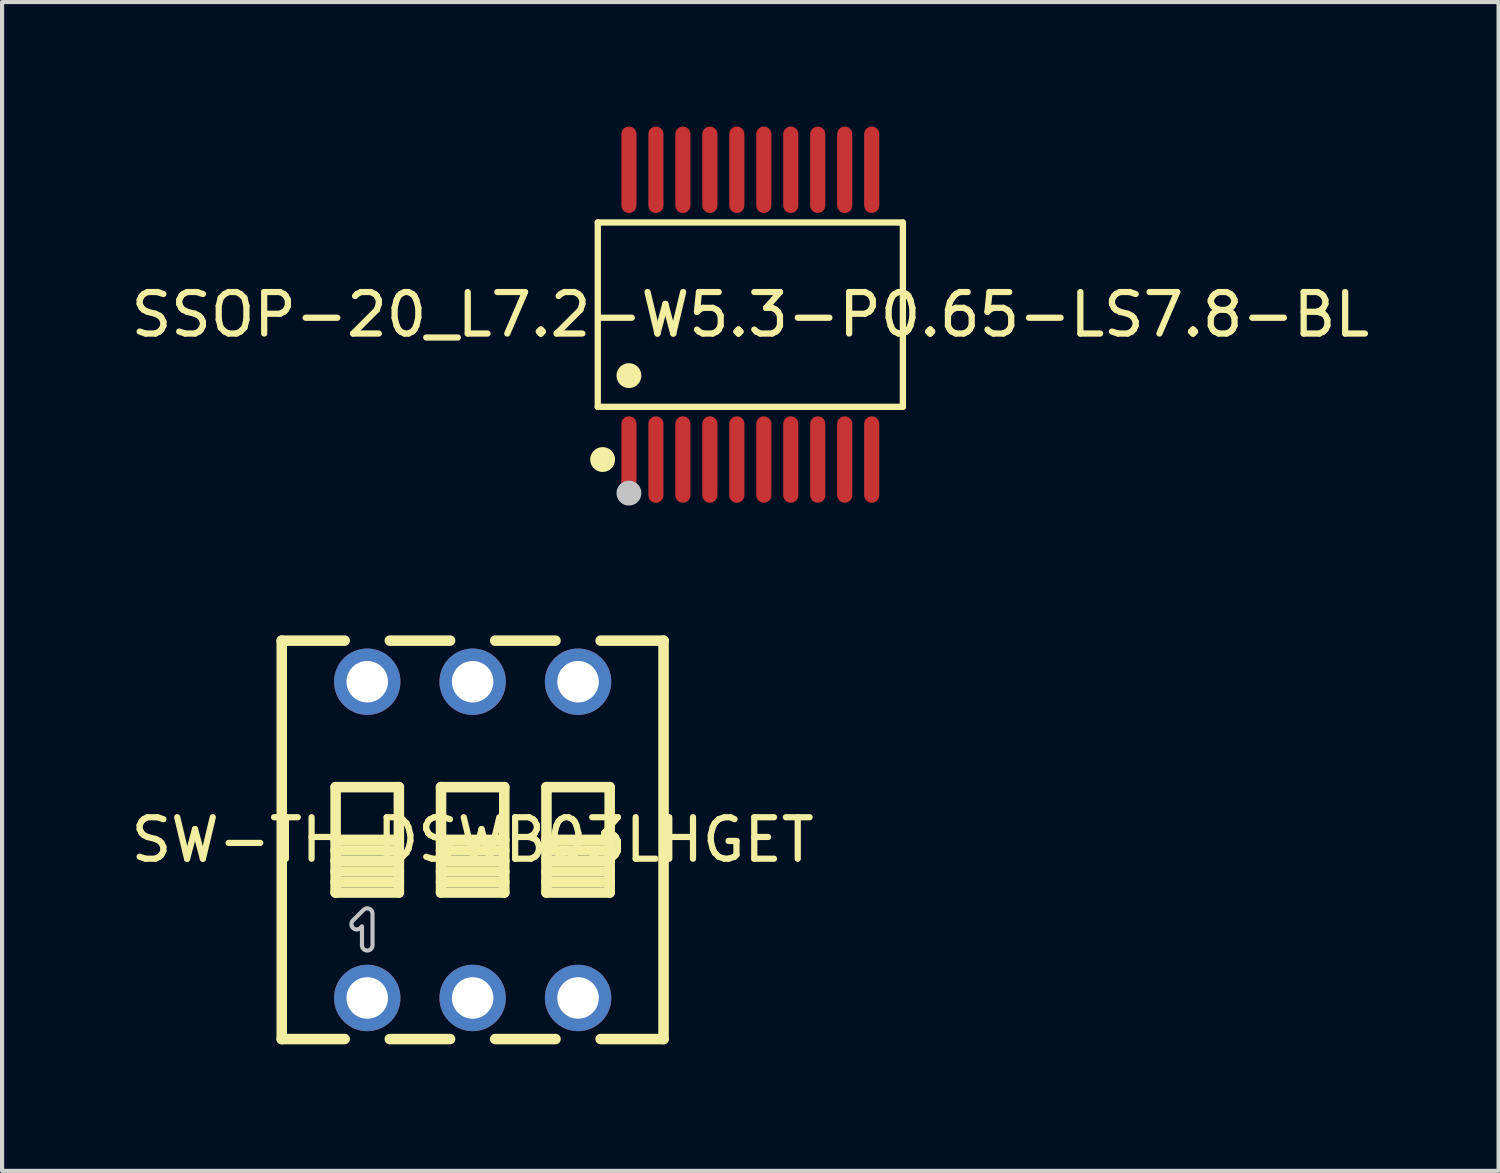
<source format=kicad_pcb>
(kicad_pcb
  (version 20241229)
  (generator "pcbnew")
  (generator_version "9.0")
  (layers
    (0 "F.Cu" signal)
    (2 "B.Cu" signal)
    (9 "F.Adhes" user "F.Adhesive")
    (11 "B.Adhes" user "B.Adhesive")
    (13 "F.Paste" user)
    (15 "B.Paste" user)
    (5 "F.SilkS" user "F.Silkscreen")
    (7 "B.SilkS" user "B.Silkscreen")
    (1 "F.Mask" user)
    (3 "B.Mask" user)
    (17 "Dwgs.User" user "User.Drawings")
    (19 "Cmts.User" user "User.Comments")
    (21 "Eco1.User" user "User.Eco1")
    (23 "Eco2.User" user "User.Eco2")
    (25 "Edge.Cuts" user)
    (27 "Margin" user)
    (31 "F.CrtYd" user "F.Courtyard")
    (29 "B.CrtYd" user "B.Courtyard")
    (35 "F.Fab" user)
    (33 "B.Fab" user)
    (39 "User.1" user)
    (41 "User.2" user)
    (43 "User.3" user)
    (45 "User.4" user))
  (footprint "SW-TH_DSWB03LHGET"
    (layer "F.Cu")
    (at 8.339 17.187)
    (property "Reference" "SW-TH_DSWB03LHGET" (at 0 0 0) (layer "F.SilkS") (effects (font (size 1 1) (thickness 0.15))))
    (fp_line (start -4.6 -4.8) (end -3.084 -4.8) (stroke (width 0.254) (type default)) (layer "F.SilkS"))
    (fp_line (start -4.6 4.8) (end -4.6 -4.8) (stroke (width 0.254) (type default)) (layer "F.SilkS"))
    (fp_line (start -4.6 4.8) (end -3.084 4.8) (stroke (width 0.254) (type default)) (layer "F.SilkS"))
    (fp_line (start -3.302 -1.27) (end -1.778 -1.27) (stroke (width 0.254) (type default)) (layer "F.SilkS"))
    (fp_line (start -3.302 0) (end -1.778 0) (stroke (width 0.254) (type default)) (layer "F.SilkS"))
    (fp_line (start -3.302 0.254) (end -1.778 0.254) (stroke (width 0.254) (type default)) (layer "F.SilkS"))
    (fp_line (start -3.302 0.508) (end -1.778 0.508) (stroke (width 0.254) (type default)) (layer "F.SilkS"))
    (fp_line (start -3.302 0.762) (end -1.778 0.762) (stroke (width 0.254) (type default)) (layer "F.SilkS"))
    (fp_line (start -3.302 1.016) (end -1.778 1.016) (stroke (width 0.254) (type default)) (layer "F.SilkS"))
    (fp_line (start -3.302 1.27) (end -3.302 -1.27) (stroke (width 0.254) (type default)) (layer "F.SilkS"))
    (fp_line (start -1.996 -4.8) (end -0.544 -4.8) (stroke (width 0.254) (type default)) (layer "F.SilkS"))
    (fp_line (start -1.996 4.8) (end -0.544 4.8) (stroke (width 0.254) (type default)) (layer "F.SilkS"))
    (fp_line (start -1.778 -1.27) (end -1.778 1.27) (stroke (width 0.254) (type default)) (layer "F.SilkS"))
    (fp_line (start -1.778 1.27) (end -3.302 1.27) (stroke (width 0.254) (type default)) (layer "F.SilkS"))
    (fp_line (start -0.762 -1.27) (end 0.762 -1.27) (stroke (width 0.254) (type default)) (layer "F.SilkS"))
    (fp_line (start -0.762 0) (end 0.762 0) (stroke (width 0.254) (type default)) (layer "F.SilkS"))
    (fp_line (start -0.762 0.254) (end 0.762 0.254) (stroke (width 0.254) (type default)) (layer "F.SilkS"))
    (fp_line (start -0.762 0.508) (end 0.762 0.508) (stroke (width 0.254) (type default)) (layer "F.SilkS"))
    (fp_line (start -0.762 0.762) (end 0.762 0.762) (stroke (width 0.254) (type default)) (layer "F.SilkS"))
    (fp_line (start -0.762 1.016) (end 0.762 1.016) (stroke (width 0.254) (type default)) (layer "F.SilkS"))
    (fp_line (start -0.762 1.27) (end -0.762 -1.27) (stroke (width 0.254) (type default)) (layer "F.SilkS"))
    (fp_line (start 0.544 -4.8) (end 1.996 -4.8) (stroke (width 0.254) (type default)) (layer "F.SilkS"))
    (fp_line (start 0.544 4.8) (end 1.996 4.8) (stroke (width 0.254) (type default)) (layer "F.SilkS"))
    (fp_line (start 0.762 -1.27) (end 0.762 1.27) (stroke (width 0.254) (type default)) (layer "F.SilkS"))
    (fp_line (start 0.762 1.27) (end -0.762 1.27) (stroke (width 0.254) (type default)) (layer "F.SilkS"))
    (fp_line (start 1.778 -1.27) (end 3.302 -1.27) (stroke (width 0.254) (type default)) (layer "F.SilkS"))
    (fp_line (start 1.778 0) (end 3.302 0) (stroke (width 0.254) (type default)) (layer "F.SilkS"))
    (fp_line (start 1.778 0.254) (end 3.302 0.254) (stroke (width 0.254) (type default)) (layer "F.SilkS"))
    (fp_line (start 1.778 0.508) (end 3.302 0.508) (stroke (width 0.254) (type default)) (layer "F.SilkS"))
    (fp_line (start 1.778 0.762) (end 3.302 0.762) (stroke (width 0.254) (type default)) (layer "F.SilkS"))
    (fp_line (start 1.778 1.016) (end 3.302 1.016) (stroke (width 0.254) (type default)) (layer "F.SilkS"))
    (fp_line (start 1.778 1.27) (end 1.778 -1.27) (stroke (width 0.254) (type default)) (layer "F.SilkS"))
    (fp_line (start 3.084 -4.8) (end 4.6 -4.8) (stroke (width 0.254) (type default)) (layer "F.SilkS"))
    (fp_line (start 3.084 4.8) (end 4.6 4.8) (stroke (width 0.254) (type default)) (layer "F.SilkS"))
    (fp_line (start 3.302 -1.27) (end 3.302 1.27) (stroke (width 0.254) (type default)) (layer "F.SilkS"))
    (fp_line (start 3.302 1.27) (end 1.778 1.27) (stroke (width 0.254) (type default)) (layer "F.SilkS"))
    (fp_line (start 4.6 -4.8) (end 4.6 4.8) (stroke (width 0.254) (type default)) (layer "F.SilkS"))
    (fp_poly (pts (arc (start -2.413 2.54) (mid -2.54 2.667) (end -2.667 2.54)) (xy -2.667 2.084) (arc (start -2.704 2.122) (mid -2.884 2.122) (end -2.884 1.942)) (arc (start -2.63 1.688) (mid -2.491292 1.660409) (end -2.413 1.778))) (stroke (width 0.1) (type default)) (fill no) (layer "Dwgs.User"))
    (fp_poly (pts (xy -2.82 -3.885) (xy -2.26 -3.885) (xy -2.26 -3.735) (xy -2.82 -3.735)) (stroke (width 0.1) (type default)) (fill no) (layer "User.1"))
    (fp_poly (pts (xy -2.82 3.735) (xy -2.26 3.735) (xy -2.26 3.885) (xy -2.82 3.885)) (stroke (width 0.1) (type default)) (fill no) (layer "User.1"))
    (fp_poly (pts (xy -0.28 -3.885) (xy 0.28 -3.885) (xy 0.28 -3.735) (xy -0.28 -3.735)) (stroke (width 0.1) (type default)) (fill no) (layer "User.1"))
    (fp_poly (pts (xy -0.28 3.735) (xy 0.28 3.735) (xy 0.28 3.885) (xy -0.28 3.885)) (stroke (width 0.1) (type default)) (fill no) (layer "User.1"))
    (fp_poly (pts (xy 2.26 -3.885) (xy 2.82 -3.885) (xy 2.82 -3.735) (xy 2.26 -3.735)) (stroke (width 0.1) (type default)) (fill no) (layer "User.1"))
    (fp_poly (pts (xy 2.26 3.735) (xy 2.82 3.735) (xy 2.82 3.885) (xy 2.26 3.885)) (stroke (width 0.1) (type default)) (fill no) (layer "User.1"))
    (fp_line (start -4.52 -4.95) (end 4.52 -4.95) (stroke (width 0.051) (type default)) (layer "User.2"))
    (fp_line (start -4.52 4.95) (end -4.52 -4.95) (stroke (width 0.051) (type default)) (layer "User.2"))
    (fp_line (start 4.52 -4.95) (end 4.52 4.95) (stroke (width 0.051) (type default)) (layer "User.2"))
    (fp_line (start 4.52 4.95) (end -4.52 4.95) (stroke (width 0.051) (type default)) (layer "User.2"))
    (fp_poly (pts (xy -4.465 -4.973) (xy -4.497 -5.005) (xy -4.543 -5.005) (xy -4.575 -4.973) (xy -4.575 -4.927) (xy -4.543 -4.895) (xy -4.497 -4.895) (xy -4.465 -4.927)) (stroke (width 0.1) (type default)) (fill no) (layer "User.3"))
    (pad "1" thru_hole circle (at -2.54 -3.81) (size 1.6 1.6) (drill 1) (layers "*.Cu" "*.Mask"))
    (pad "2" thru_hole circle (at 0 -3.81) (size 1.6 1.6) (drill 1) (layers "*.Cu" "*.Mask"))
    (pad "3" thru_hole circle (at 2.54 -3.81) (size 1.6 1.6) (drill 1) (layers "*.Cu" "*.Mask"))
    (pad "4" thru_hole circle (at -2.54 3.81) (size 1.6 1.6) (drill 1) (layers "*.Cu" "*.Mask"))
    (pad "5" thru_hole circle (at 0 3.81) (size 1.6 1.6) (drill 1) (layers "*.Cu" "*.Mask"))
    (pad "6" thru_hole circle (at 2.54 3.81) (size 1.6 1.6) (drill 1) (layers "*.Cu" "*.Mask")))
  (footprint "SSOP-20_L7.2-W5.3-P0.65-LS7.8-BL"
    (layer "F.Cu")
    (at 15.03 4.532)
    (property "Reference" "SSOP-20_L7.2-W5.3-P0.65-LS7.8-BL" (at 0 0 0) (layer "F.SilkS") (effects (font (size 1 1) (thickness 0.15))))
    (fp_line (start -3.676 -2.221) (end 3.676 -2.221) (stroke (width 0.152) (type default)) (layer "F.SilkS"))
    (fp_line (start -3.676 2.221) (end -3.676 -2.221) (stroke (width 0.152) (type default)) (layer "F.SilkS"))
    (fp_line (start 3.676 -2.221) (end 3.676 2.221) (stroke (width 0.152) (type default)) (layer "F.SilkS"))
    (fp_line (start 3.676 2.221) (end -3.676 2.221) (stroke (width 0.152) (type default)) (layer "F.SilkS"))
    (fp_circle (center -3.559 3.491) (end -3.409 3.491) (stroke (width 0.3) (type default)) (fill no) (layer "F.SilkS"))
    (fp_circle (center -2.925 1.469) (end -2.775 1.469) (stroke (width 0.3) (type default)) (fill no) (layer "F.SilkS"))
    (fp_circle (center -2.925 4.3) (end -2.775 4.3) (stroke (width 0.3) (type default)) (fill no) (layer "Dwgs.User"))
    (fp_poly (pts (xy -3.075 -3.9) (xy -3.075 -3.15) (xy -2.775 -3.15) (xy -2.775 -3.9)) (stroke (width 0.1) (type default)) (fill no) (layer "User.1"))
    (fp_poly (pts (xy -3.075 -3.16) (xy -3.075 -2.64) (xy -2.775 -2.64) (xy -2.775 -3.16)) (stroke (width 0.1) (type default)) (fill no) (layer "User.1"))
    (fp_poly (pts (xy -3.075 3.16) (xy -3.075 2.64) (xy -2.775 2.64) (xy -2.775 3.16)) (stroke (width 0.1) (type default)) (fill no) (layer "User.1"))
    (fp_poly (pts (xy -3.075 3.9) (xy -3.075 3.15) (xy -2.775 3.15) (xy -2.775 3.9)) (stroke (width 0.1) (type default)) (fill no) (layer "User.1"))
    (fp_poly (pts (xy -2.425 -3.9) (xy -2.425 -3.15) (xy -2.125 -3.15) (xy -2.125 -3.9)) (stroke (width 0.1) (type default)) (fill no) (layer "User.1"))
    (fp_poly (pts (xy -2.425 -3.16) (xy -2.425 -2.64) (xy -2.125 -2.64) (xy -2.125 -3.16)) (stroke (width 0.1) (type default)) (fill no) (layer "User.1"))
    (fp_poly (pts (xy -2.425 3.16) (xy -2.425 2.64) (xy -2.125 2.64) (xy -2.125 3.16)) (stroke (width 0.1) (type default)) (fill no) (layer "User.1"))
    (fp_poly (pts (xy -2.425 3.9) (xy -2.425 3.15) (xy -2.125 3.15) (xy -2.125 3.9)) (stroke (width 0.1) (type default)) (fill no) (layer "User.1"))
    (fp_poly (pts (xy -1.775 -3.9) (xy -1.775 -3.15) (xy -1.475 -3.15) (xy -1.475 -3.9)) (stroke (width 0.1) (type default)) (fill no) (layer "User.1"))
    (fp_poly (pts (xy -1.775 -3.16) (xy -1.775 -2.64) (xy -1.475 -2.64) (xy -1.475 -3.16)) (stroke (width 0.1) (type default)) (fill no) (layer "User.1"))
    (fp_poly (pts (xy -1.775 3.16) (xy -1.775 2.64) (xy -1.475 2.64) (xy -1.475 3.16)) (stroke (width 0.1) (type default)) (fill no) (layer "User.1"))
    (fp_poly (pts (xy -1.775 3.9) (xy -1.775 3.15) (xy -1.475 3.15) (xy -1.475 3.9)) (stroke (width 0.1) (type default)) (fill no) (layer "User.1"))
    (fp_poly (pts (xy -1.125 -3.9) (xy -1.125 -3.15) (xy -0.825 -3.15) (xy -0.825 -3.9)) (stroke (width 0.1) (type default)) (fill no) (layer "User.1"))
    (fp_poly (pts (xy -1.125 -3.16) (xy -1.125 -2.64) (xy -0.825 -2.64) (xy -0.825 -3.16)) (stroke (width 0.1) (type default)) (fill no) (layer "User.1"))
    (fp_poly (pts (xy -1.125 3.16) (xy -1.125 2.64) (xy -0.825 2.64) (xy -0.825 3.16)) (stroke (width 0.1) (type default)) (fill no) (layer "User.1"))
    (fp_poly (pts (xy -1.125 3.9) (xy -1.125 3.15) (xy -0.825 3.15) (xy -0.825 3.9)) (stroke (width 0.1) (type default)) (fill no) (layer "User.1"))
    (fp_poly (pts (xy -0.475 -3.9) (xy -0.475 -3.15) (xy -0.175 -3.15) (xy -0.175 -3.9)) (stroke (width 0.1) (type default)) (fill no) (layer "User.1"))
    (fp_poly (pts (xy -0.475 -3.16) (xy -0.475 -2.64) (xy -0.175 -2.64) (xy -0.175 -3.16)) (stroke (width 0.1) (type default)) (fill no) (layer "User.1"))
    (fp_poly (pts (xy -0.475 3.16) (xy -0.475 2.64) (xy -0.175 2.64) (xy -0.175 3.16)) (stroke (width 0.1) (type default)) (fill no) (layer "User.1"))
    (fp_poly (pts (xy -0.475 3.9) (xy -0.475 3.15) (xy -0.175 3.15) (xy -0.175 3.9)) (stroke (width 0.1) (type default)) (fill no) (layer "User.1"))
    (fp_poly (pts (xy 0.175 -3.9) (xy 0.175 -3.15) (xy 0.475 -3.15) (xy 0.475 -3.9)) (stroke (width 0.1) (type default)) (fill no) (layer "User.1"))
    (fp_poly (pts (xy 0.175 -3.16) (xy 0.175 -2.64) (xy 0.475 -2.64) (xy 0.475 -3.16)) (stroke (width 0.1) (type default)) (fill no) (layer "User.1"))
    (fp_poly (pts (xy 0.175 3.16) (xy 0.175 2.64) (xy 0.475 2.64) (xy 0.475 3.16)) (stroke (width 0.1) (type default)) (fill no) (layer "User.1"))
    (fp_poly (pts (xy 0.175 3.9) (xy 0.175 3.15) (xy 0.475 3.15) (xy 0.475 3.9)) (stroke (width 0.1) (type default)) (fill no) (layer "User.1"))
    (fp_poly (pts (xy 0.825 -3.9) (xy 0.825 -3.15) (xy 1.125 -3.15) (xy 1.125 -3.9)) (stroke (width 0.1) (type default)) (fill no) (layer "User.1"))
    (fp_poly (pts (xy 0.825 -3.16) (xy 0.825 -2.64) (xy 1.125 -2.64) (xy 1.125 -3.16)) (stroke (width 0.1) (type default)) (fill no) (layer "User.1"))
    (fp_poly (pts (xy 0.825 3.16) (xy 0.825 2.64) (xy 1.125 2.64) (xy 1.125 3.16)) (stroke (width 0.1) (type default)) (fill no) (layer "User.1"))
    (fp_poly (pts (xy 0.825 3.9) (xy 0.825 3.15) (xy 1.125 3.15) (xy 1.125 3.9)) (stroke (width 0.1) (type default)) (fill no) (layer "User.1"))
    (fp_poly (pts (xy 1.475 -3.9) (xy 1.475 -3.15) (xy 1.775 -3.15) (xy 1.775 -3.9)) (stroke (width 0.1) (type default)) (fill no) (layer "User.1"))
    (fp_poly (pts (xy 1.475 -3.16) (xy 1.475 -2.64) (xy 1.775 -2.64) (xy 1.775 -3.16)) (stroke (width 0.1) (type default)) (fill no) (layer "User.1"))
    (fp_poly (pts (xy 1.475 3.16) (xy 1.475 2.64) (xy 1.775 2.64) (xy 1.775 3.16)) (stroke (width 0.1) (type default)) (fill no) (layer "User.1"))
    (fp_poly (pts (xy 1.475 3.9) (xy 1.475 3.15) (xy 1.775 3.15) (xy 1.775 3.9)) (stroke (width 0.1) (type default)) (fill no) (layer "User.1"))
    (fp_poly (pts (xy 2.125 -3.9) (xy 2.125 -3.15) (xy 2.425 -3.15) (xy 2.425 -3.9)) (stroke (width 0.1) (type default)) (fill no) (layer "User.1"))
    (fp_poly (pts (xy 2.125 -3.16) (xy 2.125 -2.64) (xy 2.425 -2.64) (xy 2.425 -3.16)) (stroke (width 0.1) (type default)) (fill no) (layer "User.1"))
    (fp_poly (pts (xy 2.125 3.16) (xy 2.125 2.64) (xy 2.425 2.64) (xy 2.425 3.16)) (stroke (width 0.1) (type default)) (fill no) (layer "User.1"))
    (fp_poly (pts (xy 2.125 3.9) (xy 2.125 3.15) (xy 2.425 3.15) (xy 2.425 3.9)) (stroke (width 0.1) (type default)) (fill no) (layer "User.1"))
    (fp_poly (pts (xy 2.775 -3.9) (xy 2.775 -3.15) (xy 3.075 -3.15) (xy 3.075 -3.9)) (stroke (width 0.1) (type default)) (fill no) (layer "User.1"))
    (fp_poly (pts (xy 2.775 -3.16) (xy 2.775 -2.64) (xy 3.075 -2.64) (xy 3.075 -3.16)) (stroke (width 0.1) (type default)) (fill no) (layer "User.1"))
    (fp_poly (pts (xy 2.775 3.16) (xy 2.775 2.64) (xy 3.075 2.64) (xy 3.075 3.16)) (stroke (width 0.1) (type default)) (fill no) (layer "User.1"))
    (fp_poly (pts (xy 2.775 3.9) (xy 2.775 3.15) (xy 3.075 3.15) (xy 3.075 3.9)) (stroke (width 0.1) (type default)) (fill no) (layer "User.1"))
    (fp_line (start -3.6 -2.65) (end 3.6 -2.65) (stroke (width 0.051) (type default)) (layer "User.2"))
    (fp_line (start -3.6 2.65) (end -3.6 -2.65) (stroke (width 0.051) (type default)) (layer "User.2"))
    (fp_line (start 3.6 -2.65) (end 3.6 2.65) (stroke (width 0.051) (type default)) (layer "User.2"))
    (fp_line (start 3.6 2.65) (end -3.6 2.65) (stroke (width 0.051) (type default)) (layer "User.2"))
    (fp_poly (pts (xy -3.545 3.877) (xy -3.577 3.845) (xy -3.623 3.845) (xy -3.655 3.877) (xy -3.655 3.923) (xy -3.623 3.955) (xy -3.577 3.955) (xy -3.545 3.923)) (stroke (width 0.1) (type default)) (fill no) (layer "User.3"))
    (pad "1" smd oval (at -2.925 3.491) (size 0.364 2.082) (layers "F.Cu" "F.Mask" "F.Paste"))
    (pad "2" smd oval (at -2.275 3.491) (size 0.364 2.082) (layers "F.Cu" "F.Mask" "F.Paste"))
    (pad "3" smd oval (at -1.625 3.491) (size 0.364 2.082) (layers "F.Cu" "F.Mask" "F.Paste"))
    (pad "4" smd oval (at -0.975 3.491) (size 0.364 2.082) (layers "F.Cu" "F.Mask" "F.Paste"))
    (pad "5" smd oval (at -0.325 3.491) (size 0.364 2.082) (layers "F.Cu" "F.Mask" "F.Paste"))
    (pad "6" smd oval (at 0.325 3.491) (size 0.364 2.082) (layers "F.Cu" "F.Mask" "F.Paste"))
    (pad "7" smd oval (at 0.975 3.491) (size 0.364 2.082) (layers "F.Cu" "F.Mask" "F.Paste"))
    (pad "8" smd oval (at 1.625 3.491) (size 0.364 2.082) (layers "F.Cu" "F.Mask" "F.Paste"))
    (pad "9" smd oval (at 2.275 3.491) (size 0.364 2.082) (layers "F.Cu" "F.Mask" "F.Paste"))
    (pad "10" smd oval (at 2.925 3.491) (size 0.364 2.082) (layers "F.Cu" "F.Mask" "F.Paste"))
    (pad "11" smd oval (at 2.925 -3.491) (size 0.364 2.082) (layers "F.Cu" "F.Mask" "F.Paste"))
    (pad "12" smd oval (at 2.275 -3.491) (size 0.364 2.082) (layers "F.Cu" "F.Mask" "F.Paste"))
    (pad "13" smd oval (at 1.625 -3.491) (size 0.364 2.082) (layers "F.Cu" "F.Mask" "F.Paste"))
    (pad "14" smd oval (at 0.975 -3.491) (size 0.364 2.082) (layers "F.Cu" "F.Mask" "F.Paste"))
    (pad "15" smd oval (at 0.325 -3.491) (size 0.364 2.082) (layers "F.Cu" "F.Mask" "F.Paste"))
    (pad "16" smd oval (at -0.325 -3.491) (size 0.364 2.082) (layers "F.Cu" "F.Mask" "F.Paste"))
    (pad "17" smd oval (at -0.975 -3.491) (size 0.364 2.082) (layers "F.Cu" "F.Mask" "F.Paste"))
    (pad "18" smd oval (at -1.625 -3.491) (size 0.364 2.082) (layers "F.Cu" "F.Mask" "F.Paste"))
    (pad "19" smd oval (at -2.275 -3.491) (size 0.364 2.082) (layers "F.Cu" "F.Mask" "F.Paste"))
    (pad "20" smd oval (at -2.925 -3.491) (size 0.364 2.082) (layers "F.Cu" "F.Mask" "F.Paste")))
  (gr_rect
    (start -3 -3)
    (end 33.06 25.163)
    (stroke (width 0.1) (type default))
    (fill no)
    (layer "Edge.Cuts")))
</source>
